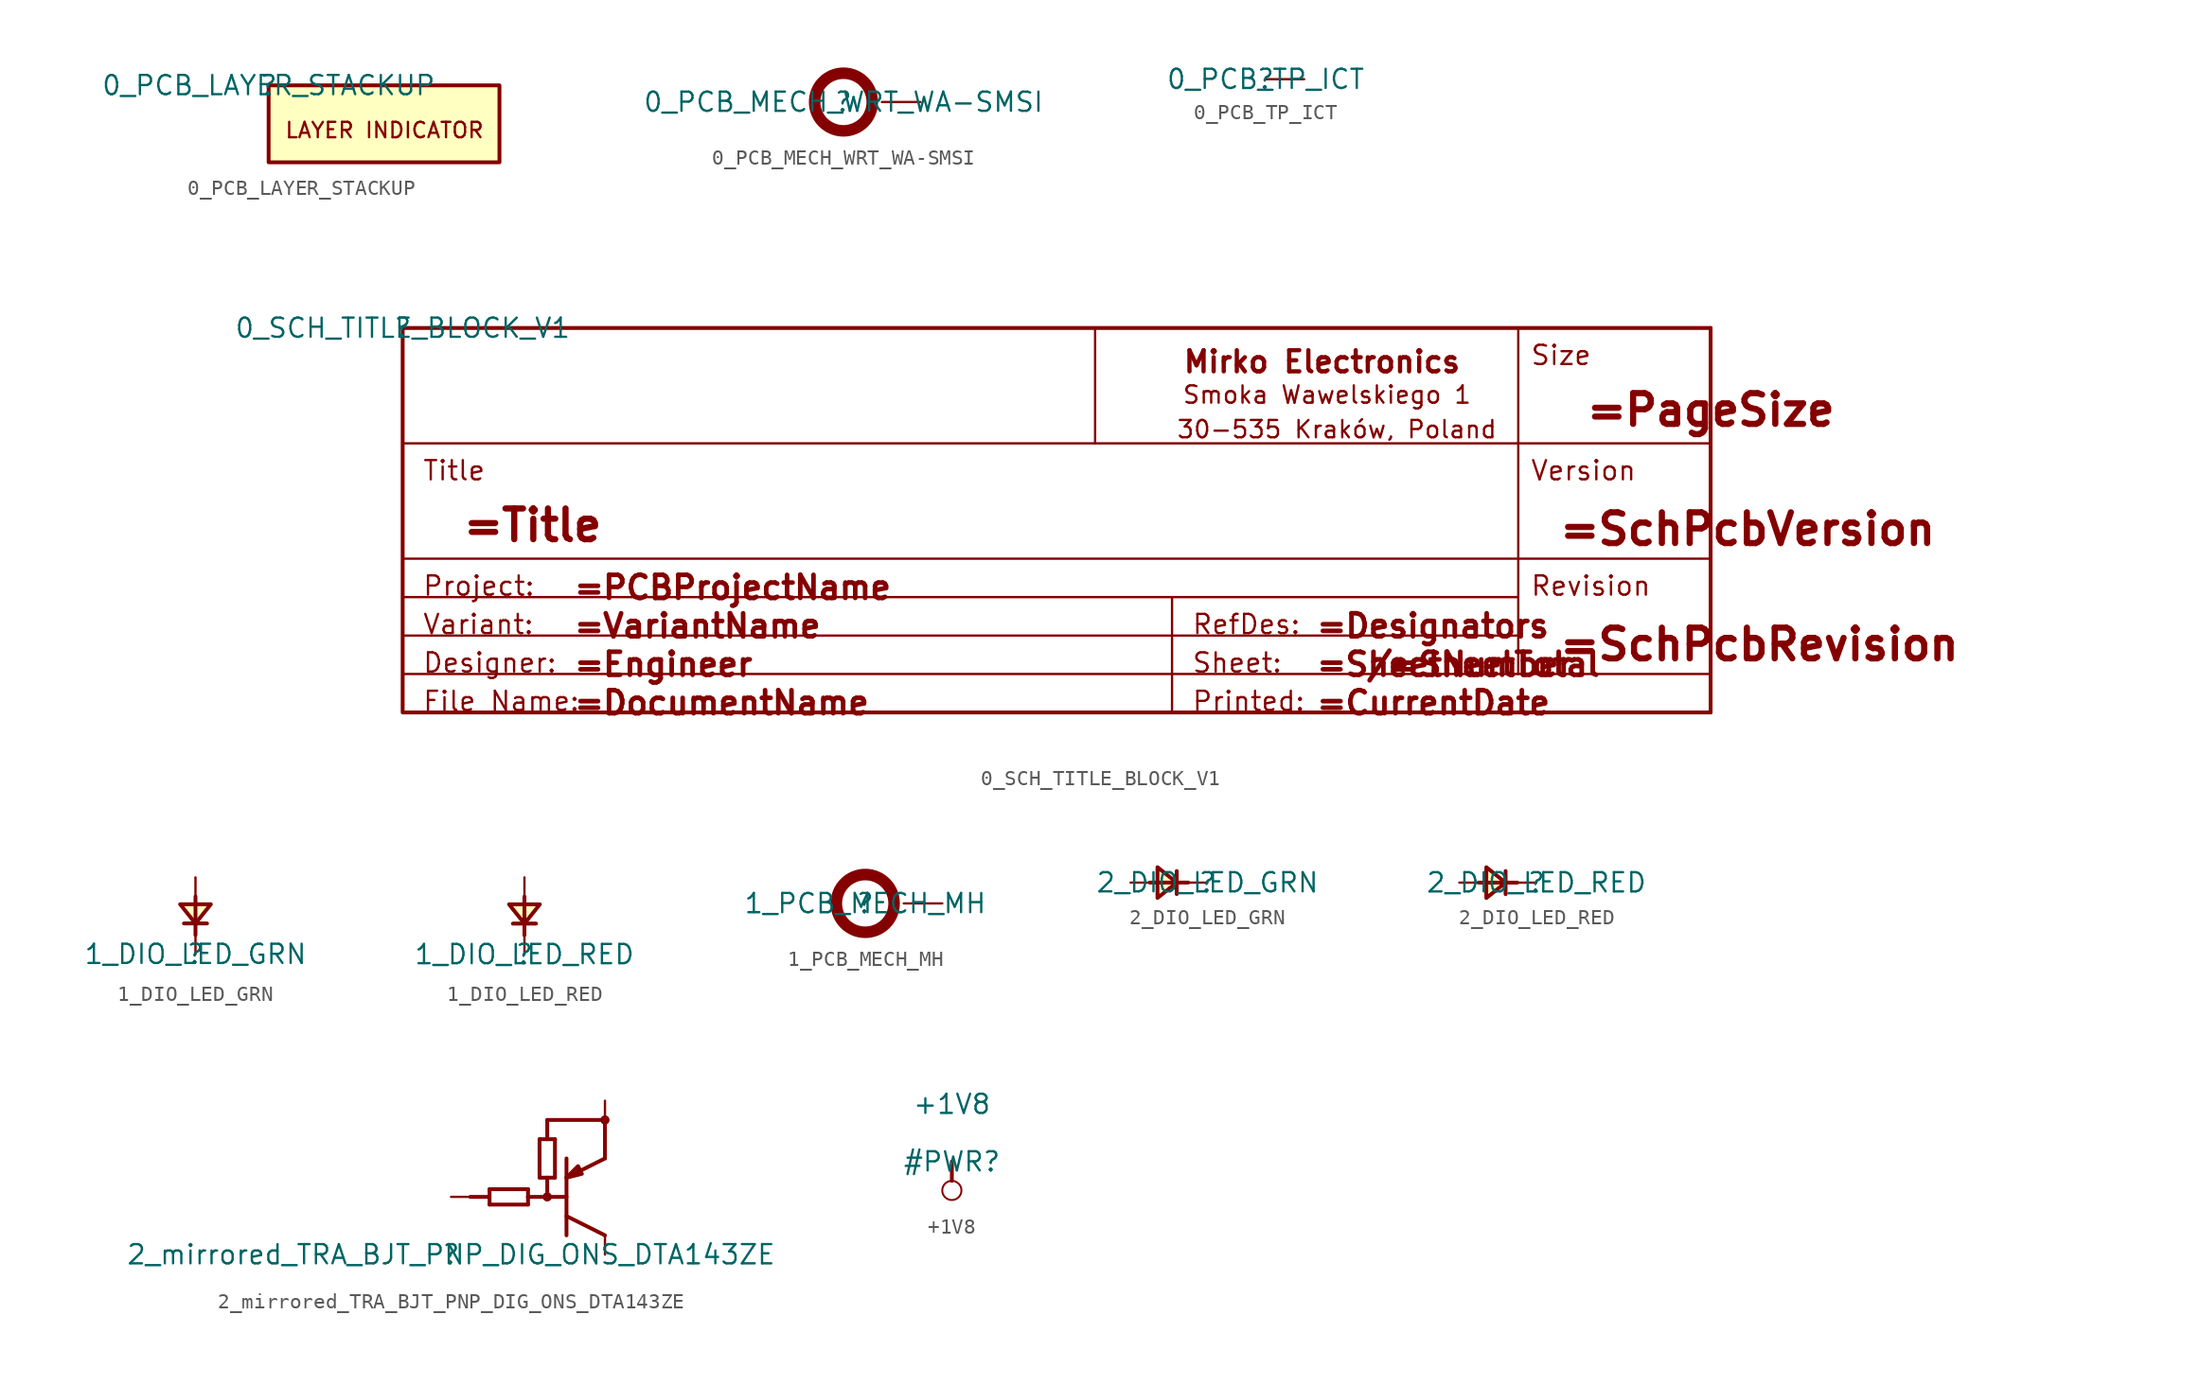
<source format=kicad_sym>
(kicad_symbol_lib
  (version 20211014)
  (generator kicad_symbol_editor)
  (symbol "0_PCB_LAYER_STACKUP"
    (property "Reference" ""
      (at 0 0 0)
      (effects (font (size 1.27 1.27))))
    (property "Value" "0_PCB_LAYER_STACKUP"
      (at 0 0 0)
      (effects (font (size 1.27 1.27))))
    (symbol "0_PCB_LAYER_STACKUP_1_0"
      (rectangle (start 15.24 0) (end 0 -5.08) (stroke (width 0.254) (type default) (color 0 0 0 0)) (fill (type background)))
      (text "LAYER INDICATOR" (at 1.016 -3.556 0) (effects (font (size 1.016 1.016)) (justify left bottom)))))
  (symbol "0_PCB_MECH_WRT_WA-SMSI"
    (property "Reference" ""
      (at 0 0 0)
      (effects (font (size 1.27 1.27))))
    (property "Value" "0_PCB_MECH_WRT_WA-SMSI"
      (at 0 0 0)
      (effects (font (size 1.27 1.27))))
    (symbol "0_PCB_MECH_WRT_WA-SMSI_1_0"
      (circle (center 0 0) (radius 1.905) (stroke (width 0.762) (type default) (color 0 0 0 0)) (fill (type none)))
      (pin passive line (at 5.08 0 180) (length 2.54) (name "1" (effects (font (size 0 0)))) (number "1" (effects (font (size 0 0)))))))
  (symbol "0_PCB_TP_ICT"
    (property "Reference" ""
      (at 0 0 0)
      (effects (font (size 1.27 1.27))))
    (property "Value" "0_PCB_TP_ICT"
      (at 0 0 0)
      (effects (font (size 1.27 1.27))))
    (symbol "0_PCB_TP_ICT_1_0"
      (pin passive line (at 0 0 0) (length 2.54) (name "1" (effects (font (size 0 0)))) (number "1" (effects (font (size 0 0)))))))
  (symbol "0_SCH_TITLE_BLOCK_V1"
    (property "Reference" ""
      (at 0 0 0)
      (effects (font (size 1.27 1.27))))
    (property "Value" "0_SCH_TITLE_BLOCK_V1"
      (at 0 0 0)
      (effects (font (size 1.27 1.27))))
    (symbol "0_SCH_TITLE_BLOCK_V1_1_0"
      (polyline (pts (xy 0 -22.86) (xy 86.36 -22.86)) (stroke (width 0) (type default) (color 0 0 0 0)) (fill (type none)))
      (polyline (pts (xy 0 -20.32) (xy 73.66 -20.32)) (stroke (width 0) (type default) (color 0 0 0 0)) (fill (type none)))
      (polyline (pts (xy 0 -17.78) (xy 73.66 -17.78)) (stroke (width 0) (type default) (color 0 0 0 0)) (fill (type none)))
      (polyline (pts (xy 0 -15.24) (xy 86.36 -15.24)) (stroke (width 0) (type default) (color 0 0 0 0)) (fill (type none)))
      (polyline (pts (xy 0 -7.62) (xy 86.36 -7.62)) (stroke (width 0) (type default) (color 0 0 0 0)) (fill (type none)))
      (polyline (pts (xy 45.72 0) (xy 45.72 -7.62)) (stroke (width 0) (type default) (color 0 0 0 0)) (fill (type none)))
      (polyline (pts (xy 50.8 -22.86) (xy 50.8 -25.4)) (stroke (width 0) (type default) (color 0 0 0 0)) (fill (type none)))
      (polyline (pts (xy 50.8 -20.32) (xy 50.8 -22.86)) (stroke (width 0) (type default) (color 0 0 0 0)) (fill (type none)))
      (polyline (pts (xy 50.8 -17.78) (xy 50.8 -20.32)) (stroke (width 0) (type default) (color 0 0 0 0)) (fill (type none)))
      (polyline (pts (xy 73.66 0) (xy 73.66 -22.86)) (stroke (width 0) (type default) (color 0 0 0 0)) (fill (type none)))
      (polyline (pts (xy 86.36 0) (xy 86.36 -25.4)) (stroke (width 0.254) (type default) (color 0 0 0 0)) (fill (type none)))
      (polyline (pts (xy 86.36 0) (xy 0 0) (xy 0 -25.4) (xy 86.36 -25.4)) (stroke (width 0.254) (type default) (color 0 0 0 0)) (fill (type none)))
      (text "/" (at 63.5 -23.114 0) (effects (font (size 1.524 1.524) bold) (justify left bottom)))
      (text "30-535 Kraków, Poland" (at 51.054 -7.366 0) (effects (font (size 1.143 1.143)) (justify left bottom)))
      (text "=CurrentDate" (at 60.198 -25.654 0) (effects (font (size 1.524 1.524) bold) (justify left bottom)))
      (text "=Designators" (at 60.198 -20.574 0) (effects (font (size 1.524 1.524) bold) (justify left bottom)))
      (text "=DocumentName" (at 11.176 -25.654 0) (effects (font (size 1.524 1.524) bold) (justify left bottom)))
      (text "=Engineer" (at 11.176 -23.114 0) (effects (font (size 1.524 1.524) bold) (justify left bottom)))
      (text "=PageSize" (at 77.978 -6.604 0) (effects (font (size 2.032 2.032) bold) (justify left bottom)))
      (text "=PCBProjectName" (at 11.176 -18.034 0) (effects (font (size 1.524 1.524) bold) (justify left bottom)))
      (text "=SchPcbRevision" (at 76.2 -22.098 0) (effects (font (size 2.032 2.032) bold) (justify left bottom)))
      (text "=SchPcbVersion" (at 76.2 -14.478 0) (effects (font (size 2.032 2.032) bold) (justify left bottom)))
      (text "=SheetNumber" (at 60.198 -23.114 0) (effects (font (size 1.524 1.524) bold) (justify left bottom)))
      (text "=SheetTotal" (at 65.024 -23.114 0) (effects (font (size 1.524 1.524) bold) (justify left bottom)))
      (text "=Title" (at 3.81 -14.224 0) (effects (font (size 2.032 2.032) bold) (justify left bottom)))
      (text "=VariantName" (at 11.176 -20.574 0) (effects (font (size 1.524 1.524) bold) (justify left bottom)))
      (text "Designer:" (at 1.27 -22.86 0) (effects (font (size 1.27 1.27)) (justify left bottom)))
      (text "File Name:" (at 1.27 -25.4 0) (effects (font (size 1.27 1.27)) (justify left bottom)))
      (text "Mirko Electronics" (at 51.435 -3.048 0) (effects (font (size 1.397 1.397) bold) (justify left bottom)))
      (text "Printed:" (at 52.07 -25.4 0) (effects (font (size 1.27 1.27)) (justify left bottom)))
      (text "Project:" (at 1.27 -17.78 0) (effects (font (size 1.27 1.27)) (justify left bottom)))
      (text "RefDes:" (at 52.07 -20.32 0) (effects (font (size 1.27 1.27)) (justify left bottom)))
      (text "Revision" (at 74.422 -17.78 0) (effects (font (size 1.27 1.27)) (justify left bottom)))
      (text "Sheet:" (at 52.07 -22.86 0) (effects (font (size 1.27 1.27)) (justify left bottom)))
      (text "Size" (at 74.422 -2.54 0) (effects (font (size 1.27 1.27)) (justify left bottom)))
      (text "Smoka Wawelskiego 1" (at 51.435 -5.08 0) (effects (font (size 1.143 1.143)) (justify left bottom)))
      (text "Title" (at 1.27 -10.16 0) (effects (font (size 1.27 1.27)) (justify left bottom)))
      (text "Variant:" (at 1.27 -20.32 0) (effects (font (size 1.27 1.27)) (justify left bottom)))
      (text "Version" (at 74.422 -10.16 0) (effects (font (size 1.27 1.27)) (justify left bottom)))))
  (symbol "1_DIO_LED_GRN"
    (property "Reference" ""
      (at 0 0 0)
      (effects (font (size 1.27 1.27))))
    (property "Value" "1_DIO_LED_GRN"
      (at 0 0 0)
      (effects (font (size 1.27 1.27))))
    (symbol "1_DIO_LED_GRN_1_0"
      (polyline (pts (xy 0 3.81) (xy 0 1.27)) (stroke (width 0.254) (type default) (color 0 0 0 0)) (fill (type none)))
      (polyline (pts (xy 0.762 2.032) (xy -0.762 2.032)) (stroke (width 0.254) (type default) (color 0 0 0 0)) (fill (type none)))
      (polyline (pts (xy 1.016 3.302) (xy -1.016 3.302) (xy 0 2.032) (xy 1.016 3.302)) (stroke (width 0.254) (type default) (color 0 0 0 0)) (fill (type background)))
      (pin passive line (at 0 0 90) (length 1.27) (name "1" (effects (font (size 0 0)))) (number "1" (effects (font (size 0 0)))))
      (pin passive line (at 0 5.08 270) (length 1.27) (name "2" (effects (font (size 0 0)))) (number "2" (effects (font (size 0 0)))))))
  (symbol "1_DIO_LED_RED"
    (property "Reference" ""
      (at 0 0 0)
      (effects (font (size 1.27 1.27))))
    (property "Value" "1_DIO_LED_RED"
      (at 0 0 0)
      (effects (font (size 1.27 1.27))))
    (symbol "1_DIO_LED_RED_1_0"
      (polyline (pts (xy 0 3.81) (xy 0 1.27)) (stroke (width 0.254) (type default) (color 0 0 0 0)) (fill (type none)))
      (polyline (pts (xy 0.762 2.032) (xy -0.762 2.032)) (stroke (width 0.254) (type default) (color 0 0 0 0)) (fill (type none)))
      (polyline (pts (xy 1.016 3.302) (xy -1.016 3.302) (xy 0 2.032) (xy 1.016 3.302)) (stroke (width 0.254) (type default) (color 0 0 0 0)) (fill (type background)))
      (pin passive line (at 0 0 90) (length 1.27) (name "1" (effects (font (size 0 0)))) (number "1" (effects (font (size 0 0)))))
      (pin passive line (at 0 5.08 270) (length 1.27) (name "2" (effects (font (size 0 0)))) (number "2" (effects (font (size 0 0)))))))
  (symbol "1_PCB_MECH_MH"
    (property "Reference" ""
      (at 0 0 0)
      (effects (font (size 1.27 1.27))))
    (property "Value" "1_PCB_MECH_MH"
      (at 0 0 0)
      (effects (font (size 1.27 1.27))))
    (symbol "1_PCB_MECH_MH_1_0"
      (circle (center 0 0) (radius 1.905) (stroke (width 0.762) (type default) (color 0 0 0 0)) (fill (type none)))
      (pin passive line (at 5.08 0 180) (length 2.54) (name "1" (effects (font (size 0 0)))) (number "1" (effects (font (size 0 0)))))))
  (symbol "2_DIO_LED_GRN"
    (property "Reference" ""
      (at 0 0 0)
      (effects (font (size 1.27 1.27))))
    (property "Value" "2_DIO_LED_GRN"
      (at 0 0 0)
      (effects (font (size 1.27 1.27))))
    (symbol "2_DIO_LED_GRN_1_0"
      (polyline (pts (xy -3.81 0) (xy -1.27 0)) (stroke (width 0.254) (type default) (color 0 0 0 0)) (fill (type none)))
      (polyline (pts (xy -2.032 0.762) (xy -2.032 -0.762)) (stroke (width 0.254) (type default) (color 0 0 0 0)) (fill (type none)))
      (polyline (pts (xy -3.302 1.016) (xy -3.302 -1.016) (xy -2.032 0) (xy -3.302 1.016)) (stroke (width 0.254) (type default) (color 0 0 0 0)) (fill (type background)))
      (pin passive line (at 0 0 180) (length 1.27) (name "1" (effects (font (size 0 0)))) (number "1" (effects (font (size 0 0)))))
      (pin passive line (at -5.08 0 0) (length 1.27) (name "2" (effects (font (size 0 0)))) (number "2" (effects (font (size 0 0)))))))
  (symbol "2_DIO_LED_RED"
    (property "Reference" ""
      (at 0 0 0)
      (effects (font (size 1.27 1.27))))
    (property "Value" "2_DIO_LED_RED"
      (at 0 0 0)
      (effects (font (size 1.27 1.27))))
    (symbol "2_DIO_LED_RED_1_0"
      (polyline (pts (xy -3.81 0) (xy -1.27 0)) (stroke (width 0.254) (type default) (color 0 0 0 0)) (fill (type none)))
      (polyline (pts (xy -2.032 0.762) (xy -2.032 -0.762)) (stroke (width 0.254) (type default) (color 0 0 0 0)) (fill (type none)))
      (polyline (pts (xy -3.302 1.016) (xy -3.302 -1.016) (xy -2.032 0) (xy -3.302 1.016)) (stroke (width 0.254) (type default) (color 0 0 0 0)) (fill (type background)))
      (pin passive line (at 0 0 180) (length 1.27) (name "1" (effects (font (size 0 0)))) (number "1" (effects (font (size 0 0)))))
      (pin passive line (at -5.08 0 0) (length 1.27) (name "2" (effects (font (size 0 0)))) (number "2" (effects (font (size 0 0)))))))
  (symbol "2_mirrored_TRA_BJT_PNP_DIG_ONS_DTA143ZE"
    (property "Reference" ""
      (at 0 0 0)
      (effects (font (size 1.27 1.27))))
    (property "Value" "2_mirrored_TRA_BJT_PNP_DIG_ONS_DTA143ZE"
      (at 0 0 0)
      (effects (font (size 1.27 1.27))))
    (symbol "2_mirrored_TRA_BJT_PNP_DIG_ONS_DTA143ZE_1_0"
      (polyline (pts (xy 2.54 3.81) (xy 1.27 3.81)) (stroke (width 0.254) (type default) (color 0 0 0 0)) (fill (type none)))
      (polyline (pts (xy 2.54 4.318) (xy 2.54 3.302)) (stroke (width 0.254) (type default) (color 0 0 0 0)) (fill (type none)))
      (polyline (pts (xy 2.54 4.318) (xy 5.08 4.318)) (stroke (width 0.254) (type default) (color 0 0 0 0)) (fill (type none)))
      (polyline (pts (xy 5.08 3.302) (xy 2.54 3.302)) (stroke (width 0.254) (type default) (color 0 0 0 0)) (fill (type none)))
      (polyline (pts (xy 5.08 3.302) (xy 5.08 4.318)) (stroke (width 0.254) (type default) (color 0 0 0 0)) (fill (type none)))
      (polyline (pts (xy 5.08 3.81) (xy 5.08 3.81)) (stroke (width 0.254) (type default) (color 0 0 0 0)) (fill (type none)))
      (polyline (pts (xy 5.842 5.08) (xy 5.842 7.62)) (stroke (width 0.254) (type default) (color 0 0 0 0)) (fill (type none)))
      (polyline (pts (xy 5.842 5.08) (xy 6.858 5.08)) (stroke (width 0.254) (type default) (color 0 0 0 0)) (fill (type none)))
      (polyline (pts (xy 6.35 5.08) (xy 6.35 3.81)) (stroke (width 0.254) (type default) (color 0 0 0 0)) (fill (type none)))
      (polyline (pts (xy 6.35 7.62) (xy 6.35 8.89)) (stroke (width 0.254) (type default) (color 0 0 0 0)) (fill (type none)))
      (polyline (pts (xy 6.858 7.62) (xy 5.842 7.62)) (stroke (width 0.254) (type default) (color 0 0 0 0)) (fill (type none)))
      (polyline (pts (xy 6.858 7.62) (xy 6.858 5.08)) (stroke (width 0.254) (type default) (color 0 0 0 0)) (fill (type none)))
      (polyline (pts (xy 7.62 1.27) (xy 7.62 6.35)) (stroke (width 0.254) (type default) (color 0 0 0 0)) (fill (type none)))
      (polyline (pts (xy 7.62 3.81) (xy 5.08 3.81)) (stroke (width 0.254) (type default) (color 0 0 0 0)) (fill (type none)))
      (polyline (pts (xy 8.382 5.588) (xy 8.382 5.334)) (stroke (width 0.254) (type default) (color 0 0 0 0)) (fill (type none)))
      (polyline (pts (xy 10.16 1.27) (xy 7.62 2.54)) (stroke (width 0.254) (type default) (color 0 0 0 0)) (fill (type none)))
      (polyline (pts (xy 10.16 6.35) (xy 7.62 5.08)) (stroke (width 0.254) (type default) (color 0 0 0 0)) (fill (type none)))
      (polyline (pts (xy 10.16 6.35) (xy 10.16 8.89)) (stroke (width 0.254) (type default) (color 0 0 0 0)) (fill (type none)))
      (polyline (pts (xy 10.16 8.89) (xy 6.35 8.89)) (stroke (width 0.254) (type default) (color 0 0 0 0)) (fill (type none)))
      (polyline (pts (xy 7.62 5.08) (xy 8.636 5.334) (xy 8.382 5.842) (xy 7.62 5.08)) (stroke (width 0.254) (type default) (color 0 0 0 0)) (fill (type none)))
      (circle (center 6.35 3.81) (radius 0.178) (stroke (width 0.254) (type default) (color 0 0 0 0)) (fill (type none)))
      (circle (center 10.16 8.89) (radius 0.178) (stroke (width 0.254) (type default) (color 0 0 0 0)) (fill (type none)))
      (pin passive line (at 0 3.81 0) (length 1.27) (name "B" (effects (font (size 0 0)))) (number "1" (effects (font (size 0 0)))))
      (pin passive line (at 10.16 10.16 270) (length 1.27) (name "E" (effects (font (size 0 0)))) (number "2" (effects (font (size 0 0)))))
      (pin passive line (at 10.16 0 90) (length 1.27) (name "C" (effects (font (size 0 0)))) (number "3" (effects (font (size 0 0)))))))
  (symbol "+1V8"
    (power)
    (property "Reference" "#PWR"
      (at 0 0 0)
      (effects (font (size 1.27 1.27))))
    (property "Value" "+1V8"
      (at 0 3.81 0)
      (effects (font (size 1.27 1.27))))
    (symbol "+1V8_0_0"
      (circle (center 0 -1.905) (radius 0.635) (stroke (width 0.127) (type default) (color 0 0 0 0)) (fill (type none)))
      (polyline (pts (xy 0 0) (xy 0 -1.27)) (stroke (width 0.254) (type default) (color 0 0 0 0)) (fill (type none)))
      (pin power_in line (at 0 0 0) (length 0) hide (name "+1V8" (effects (font (size 1.27 1.27)))) (number "" (effects (font (size 1.27 1.27))))))))
</source>
